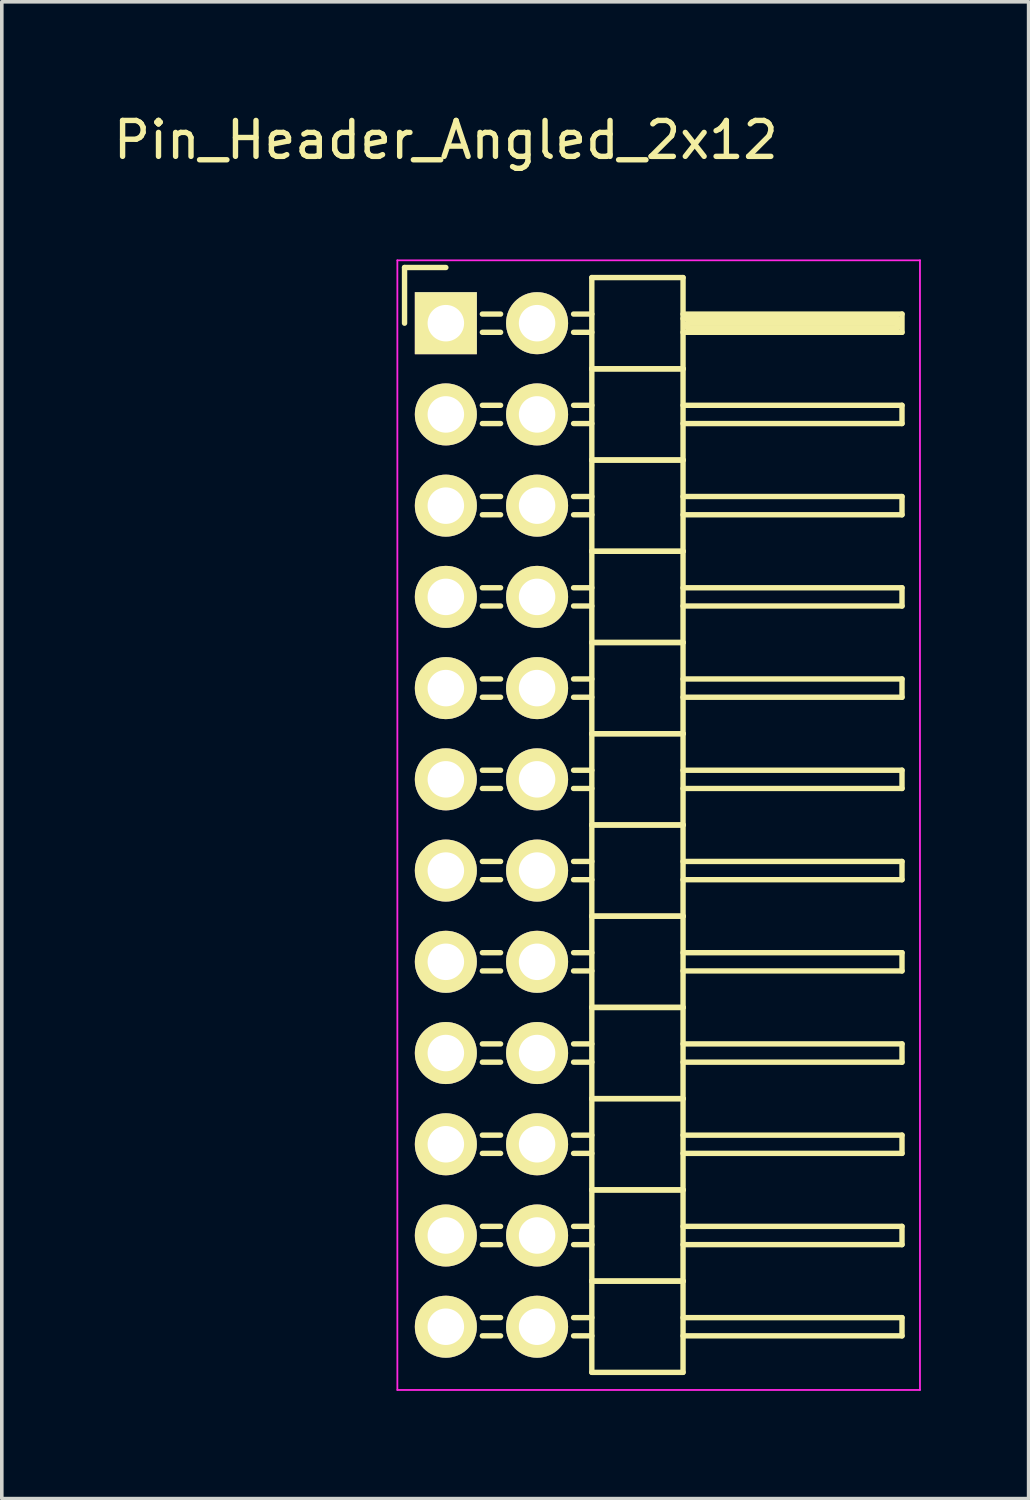
<source format=kicad_pcb>
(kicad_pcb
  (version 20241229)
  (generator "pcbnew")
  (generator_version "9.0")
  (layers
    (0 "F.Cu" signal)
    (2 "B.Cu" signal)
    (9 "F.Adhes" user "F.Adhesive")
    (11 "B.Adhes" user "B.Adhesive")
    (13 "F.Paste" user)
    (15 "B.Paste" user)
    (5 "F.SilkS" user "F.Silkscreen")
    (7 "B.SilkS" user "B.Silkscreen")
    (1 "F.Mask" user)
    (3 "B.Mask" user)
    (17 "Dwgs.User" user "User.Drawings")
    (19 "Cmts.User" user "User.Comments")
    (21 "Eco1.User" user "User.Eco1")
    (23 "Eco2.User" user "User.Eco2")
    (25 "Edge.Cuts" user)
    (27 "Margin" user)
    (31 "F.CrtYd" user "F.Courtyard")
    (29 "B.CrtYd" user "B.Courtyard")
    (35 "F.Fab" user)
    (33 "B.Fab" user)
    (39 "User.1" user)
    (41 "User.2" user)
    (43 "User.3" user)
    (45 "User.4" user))
  (footprint "Pin_Header_Angled_2x12"
    (layer "F.Cu")
    (at 9.363 5.948)
    (property "Reference" "Pin_Header_Angled_2x12" (at 0 -5.1 0) (layer "F.SilkS") (effects (font (size 1 1) (thickness 0.15))))
    (attr through_hole)
    (fp_line (start -1.15 -1.55) (end -1.15 0) (stroke (width 0.15) (type solid)) (layer "F.SilkS"))
    (fp_line (start 0 -1.55) (end -1.15 -1.55) (stroke (width 0.15) (type solid)) (layer "F.SilkS"))
    (fp_line (start 1.524 -0.254) (end 1.016 -0.254) (stroke (width 0.15) (type solid)) (layer "F.SilkS"))
    (fp_line (start 1.524 0.254) (end 1.016 0.254) (stroke (width 0.15) (type solid)) (layer "F.SilkS"))
    (fp_line (start 1.524 2.286) (end 1.016 2.286) (stroke (width 0.15) (type solid)) (layer "F.SilkS"))
    (fp_line (start 1.524 2.794) (end 1.016 2.794) (stroke (width 0.15) (type solid)) (layer "F.SilkS"))
    (fp_line (start 1.524 4.826) (end 1.016 4.826) (stroke (width 0.15) (type solid)) (layer "F.SilkS"))
    (fp_line (start 1.524 5.334) (end 1.016 5.334) (stroke (width 0.15) (type solid)) (layer "F.SilkS"))
    (fp_line (start 1.524 7.366) (end 1.016 7.366) (stroke (width 0.15) (type solid)) (layer "F.SilkS"))
    (fp_line (start 1.524 7.874) (end 1.016 7.874) (stroke (width 0.15) (type solid)) (layer "F.SilkS"))
    (fp_line (start 1.524 9.906) (end 1.016 9.906) (stroke (width 0.15) (type solid)) (layer "F.SilkS"))
    (fp_line (start 1.524 10.414) (end 1.016 10.414) (stroke (width 0.15) (type solid)) (layer "F.SilkS"))
    (fp_line (start 1.524 12.446) (end 1.016 12.446) (stroke (width 0.15) (type solid)) (layer "F.SilkS"))
    (fp_line (start 1.524 12.954) (end 1.016 12.954) (stroke (width 0.15) (type solid)) (layer "F.SilkS"))
    (fp_line (start 1.524 14.986) (end 1.016 14.986) (stroke (width 0.15) (type solid)) (layer "F.SilkS"))
    (fp_line (start 1.524 15.494) (end 1.016 15.494) (stroke (width 0.15) (type solid)) (layer "F.SilkS"))
    (fp_line (start 1.524 17.526) (end 1.016 17.526) (stroke (width 0.15) (type solid)) (layer "F.SilkS"))
    (fp_line (start 1.524 18.034) (end 1.016 18.034) (stroke (width 0.15) (type solid)) (layer "F.SilkS"))
    (fp_line (start 1.524 20.066) (end 1.016 20.066) (stroke (width 0.15) (type solid)) (layer "F.SilkS"))
    (fp_line (start 1.524 20.574) (end 1.016 20.574) (stroke (width 0.15) (type solid)) (layer "F.SilkS"))
    (fp_line (start 1.524 22.606) (end 1.016 22.606) (stroke (width 0.15) (type solid)) (layer "F.SilkS"))
    (fp_line (start 1.524 23.114) (end 1.016 23.114) (stroke (width 0.15) (type solid)) (layer "F.SilkS"))
    (fp_line (start 1.524 25.146) (end 1.016 25.146) (stroke (width 0.15) (type solid)) (layer "F.SilkS"))
    (fp_line (start 1.524 25.654) (end 1.016 25.654) (stroke (width 0.15) (type solid)) (layer "F.SilkS"))
    (fp_line (start 1.524 27.686) (end 1.016 27.686) (stroke (width 0.15) (type solid)) (layer "F.SilkS"))
    (fp_line (start 1.524 28.194) (end 1.016 28.194) (stroke (width 0.15) (type solid)) (layer "F.SilkS"))
    (fp_line (start 4.064 -1.27) (end 4.064 1.27) (stroke (width 0.15) (type solid)) (layer "F.SilkS"))
    (fp_line (start 4.064 -1.27) (end 6.604 -1.27) (stroke (width 0.15) (type solid)) (layer "F.SilkS"))
    (fp_line (start 4.064 -0.254) (end 3.556 -0.254) (stroke (width 0.15) (type solid)) (layer "F.SilkS"))
    (fp_line (start 4.064 0.254) (end 3.556 0.254) (stroke (width 0.15) (type solid)) (layer "F.SilkS"))
    (fp_line (start 4.064 1.27) (end 4.064 3.81) (stroke (width 0.15) (type solid)) (layer "F.SilkS"))
    (fp_line (start 4.064 1.27) (end 6.604 1.27) (stroke (width 0.15) (type solid)) (layer "F.SilkS"))
    (fp_line (start 4.064 1.27) (end 6.604 1.27) (stroke (width 0.15) (type solid)) (layer "F.SilkS"))
    (fp_line (start 4.064 2.286) (end 3.556 2.286) (stroke (width 0.15) (type solid)) (layer "F.SilkS"))
    (fp_line (start 4.064 2.794) (end 3.556 2.794) (stroke (width 0.15) (type solid)) (layer "F.SilkS"))
    (fp_line (start 4.064 3.81) (end 4.064 6.35) (stroke (width 0.15) (type solid)) (layer "F.SilkS"))
    (fp_line (start 4.064 3.81) (end 6.604 3.81) (stroke (width 0.15) (type solid)) (layer "F.SilkS"))
    (fp_line (start 4.064 3.81) (end 6.604 3.81) (stroke (width 0.15) (type solid)) (layer "F.SilkS"))
    (fp_line (start 4.064 4.826) (end 3.556 4.826) (stroke (width 0.15) (type solid)) (layer "F.SilkS"))
    (fp_line (start 4.064 5.334) (end 3.556 5.334) (stroke (width 0.15) (type solid)) (layer "F.SilkS"))
    (fp_line (start 4.064 6.35) (end 4.064 8.89) (stroke (width 0.15) (type solid)) (layer "F.SilkS"))
    (fp_line (start 4.064 6.35) (end 6.604 6.35) (stroke (width 0.15) (type solid)) (layer "F.SilkS"))
    (fp_line (start 4.064 6.35) (end 6.604 6.35) (stroke (width 0.15) (type solid)) (layer "F.SilkS"))
    (fp_line (start 4.064 7.366) (end 3.556 7.366) (stroke (width 0.15) (type solid)) (layer "F.SilkS"))
    (fp_line (start 4.064 7.874) (end 3.556 7.874) (stroke (width 0.15) (type solid)) (layer "F.SilkS"))
    (fp_line (start 4.064 8.89) (end 4.064 11.43) (stroke (width 0.15) (type solid)) (layer "F.SilkS"))
    (fp_line (start 4.064 8.89) (end 6.604 8.89) (stroke (width 0.15) (type solid)) (layer "F.SilkS"))
    (fp_line (start 4.064 8.89) (end 6.604 8.89) (stroke (width 0.15) (type solid)) (layer "F.SilkS"))
    (fp_line (start 4.064 9.906) (end 3.556 9.906) (stroke (width 0.15) (type solid)) (layer "F.SilkS"))
    (fp_line (start 4.064 10.414) (end 3.556 10.414) (stroke (width 0.15) (type solid)) (layer "F.SilkS"))
    (fp_line (start 4.064 11.43) (end 4.064 13.97) (stroke (width 0.15) (type solid)) (layer "F.SilkS"))
    (fp_line (start 4.064 11.43) (end 6.604 11.43) (stroke (width 0.15) (type solid)) (layer "F.SilkS"))
    (fp_line (start 4.064 11.43) (end 6.604 11.43) (stroke (width 0.15) (type solid)) (layer "F.SilkS"))
    (fp_line (start 4.064 12.446) (end 3.556 12.446) (stroke (width 0.15) (type solid)) (layer "F.SilkS"))
    (fp_line (start 4.064 12.954) (end 3.556 12.954) (stroke (width 0.15) (type solid)) (layer "F.SilkS"))
    (fp_line (start 4.064 13.97) (end 4.064 16.51) (stroke (width 0.15) (type solid)) (layer "F.SilkS"))
    (fp_line (start 4.064 13.97) (end 6.604 13.97) (stroke (width 0.15) (type solid)) (layer "F.SilkS"))
    (fp_line (start 4.064 13.97) (end 6.604 13.97) (stroke (width 0.15) (type solid)) (layer "F.SilkS"))
    (fp_line (start 4.064 14.986) (end 3.556 14.986) (stroke (width 0.15) (type solid)) (layer "F.SilkS"))
    (fp_line (start 4.064 15.494) (end 3.556 15.494) (stroke (width 0.15) (type solid)) (layer "F.SilkS"))
    (fp_line (start 4.064 16.51) (end 4.064 19.05) (stroke (width 0.15) (type solid)) (layer "F.SilkS"))
    (fp_line (start 4.064 16.51) (end 6.604 16.51) (stroke (width 0.15) (type solid)) (layer "F.SilkS"))
    (fp_line (start 4.064 16.51) (end 6.604 16.51) (stroke (width 0.15) (type solid)) (layer "F.SilkS"))
    (fp_line (start 4.064 17.526) (end 3.556 17.526) (stroke (width 0.15) (type solid)) (layer "F.SilkS"))
    (fp_line (start 4.064 18.034) (end 3.556 18.034) (stroke (width 0.15) (type solid)) (layer "F.SilkS"))
    (fp_line (start 4.064 19.05) (end 4.064 21.59) (stroke (width 0.15) (type solid)) (layer "F.SilkS"))
    (fp_line (start 4.064 19.05) (end 6.604 19.05) (stroke (width 0.15) (type solid)) (layer "F.SilkS"))
    (fp_line (start 4.064 19.05) (end 6.604 19.05) (stroke (width 0.15) (type solid)) (layer "F.SilkS"))
    (fp_line (start 4.064 20.066) (end 3.556 20.066) (stroke (width 0.15) (type solid)) (layer "F.SilkS"))
    (fp_line (start 4.064 20.574) (end 3.556 20.574) (stroke (width 0.15) (type solid)) (layer "F.SilkS"))
    (fp_line (start 4.064 21.59) (end 4.064 24.13) (stroke (width 0.15) (type solid)) (layer "F.SilkS"))
    (fp_line (start 4.064 21.59) (end 6.604 21.59) (stroke (width 0.15) (type solid)) (layer "F.SilkS"))
    (fp_line (start 4.064 21.59) (end 6.604 21.59) (stroke (width 0.15) (type solid)) (layer "F.SilkS"))
    (fp_line (start 4.064 22.606) (end 3.556 22.606) (stroke (width 0.15) (type solid)) (layer "F.SilkS"))
    (fp_line (start 4.064 23.114) (end 3.556 23.114) (stroke (width 0.15) (type solid)) (layer "F.SilkS"))
    (fp_line (start 4.064 24.13) (end 4.064 26.67) (stroke (width 0.15) (type solid)) (layer "F.SilkS"))
    (fp_line (start 4.064 24.13) (end 6.604 24.13) (stroke (width 0.15) (type solid)) (layer "F.SilkS"))
    (fp_line (start 4.064 24.13) (end 6.604 24.13) (stroke (width 0.15) (type solid)) (layer "F.SilkS"))
    (fp_line (start 4.064 25.146) (end 3.556 25.146) (stroke (width 0.15) (type solid)) (layer "F.SilkS"))
    (fp_line (start 4.064 25.654) (end 3.556 25.654) (stroke (width 0.15) (type solid)) (layer "F.SilkS"))
    (fp_line (start 4.064 26.67) (end 4.064 29.21) (stroke (width 0.15) (type solid)) (layer "F.SilkS"))
    (fp_line (start 4.064 26.67) (end 6.604 26.67) (stroke (width 0.15) (type solid)) (layer "F.SilkS"))
    (fp_line (start 4.064 26.67) (end 6.604 26.67) (stroke (width 0.15) (type solid)) (layer "F.SilkS"))
    (fp_line (start 4.064 27.686) (end 3.556 27.686) (stroke (width 0.15) (type solid)) (layer "F.SilkS"))
    (fp_line (start 4.064 28.194) (end 3.556 28.194) (stroke (width 0.15) (type solid)) (layer "F.SilkS"))
    (fp_line (start 4.064 29.21) (end 6.604 29.21) (stroke (width 0.15) (type solid)) (layer "F.SilkS"))
    (fp_line (start 6.604 -0.254) (end 12.7 -0.254) (stroke (width 0.15) (type solid)) (layer "F.SilkS"))
    (fp_line (start 6.604 -0.127) (end 12.573 -0.127) (stroke (width 0.15) (type solid)) (layer "F.SilkS"))
    (fp_line (start 6.604 1.27) (end 6.604 -1.27) (stroke (width 0.15) (type solid)) (layer "F.SilkS"))
    (fp_line (start 6.604 2.286) (end 12.7 2.286) (stroke (width 0.15) (type solid)) (layer "F.SilkS"))
    (fp_line (start 6.604 3.81) (end 6.604 1.27) (stroke (width 0.15) (type solid)) (layer "F.SilkS"))
    (fp_line (start 6.604 4.826) (end 12.7 4.826) (stroke (width 0.15) (type solid)) (layer "F.SilkS"))
    (fp_line (start 6.604 6.35) (end 6.604 3.81) (stroke (width 0.15) (type solid)) (layer "F.SilkS"))
    (fp_line (start 6.604 7.366) (end 12.7 7.366) (stroke (width 0.15) (type solid)) (layer "F.SilkS"))
    (fp_line (start 6.604 8.89) (end 6.604 6.35) (stroke (width 0.15) (type solid)) (layer "F.SilkS"))
    (fp_line (start 6.604 9.906) (end 12.7 9.906) (stroke (width 0.15) (type solid)) (layer "F.SilkS"))
    (fp_line (start 6.604 11.43) (end 6.604 8.89) (stroke (width 0.15) (type solid)) (layer "F.SilkS"))
    (fp_line (start 6.604 12.446) (end 12.7 12.446) (stroke (width 0.15) (type solid)) (layer "F.SilkS"))
    (fp_line (start 6.604 13.97) (end 6.604 11.43) (stroke (width 0.15) (type solid)) (layer "F.SilkS"))
    (fp_line (start 6.604 14.986) (end 12.7 14.986) (stroke (width 0.15) (type solid)) (layer "F.SilkS"))
    (fp_line (start 6.604 16.51) (end 6.604 13.97) (stroke (width 0.15) (type solid)) (layer "F.SilkS"))
    (fp_line (start 6.604 17.526) (end 12.7 17.526) (stroke (width 0.15) (type solid)) (layer "F.SilkS"))
    (fp_line (start 6.604 19.05) (end 6.604 16.51) (stroke (width 0.15) (type solid)) (layer "F.SilkS"))
    (fp_line (start 6.604 20.066) (end 12.7 20.066) (stroke (width 0.15) (type solid)) (layer "F.SilkS"))
    (fp_line (start 6.604 21.59) (end 6.604 19.05) (stroke (width 0.15) (type solid)) (layer "F.SilkS"))
    (fp_line (start 6.604 22.606) (end 12.7 22.606) (stroke (width 0.15) (type solid)) (layer "F.SilkS"))
    (fp_line (start 6.604 24.13) (end 6.604 21.59) (stroke (width 0.15) (type solid)) (layer "F.SilkS"))
    (fp_line (start 6.604 25.146) (end 12.7 25.146) (stroke (width 0.15) (type solid)) (layer "F.SilkS"))
    (fp_line (start 6.604 26.67) (end 6.604 24.13) (stroke (width 0.15) (type solid)) (layer "F.SilkS"))
    (fp_line (start 6.604 27.686) (end 12.7 27.686) (stroke (width 0.15) (type solid)) (layer "F.SilkS"))
    (fp_line (start 6.604 29.21) (end 6.604 26.67) (stroke (width 0.15) (type solid)) (layer "F.SilkS"))
    (fp_line (start 6.731 0) (end 12.573 0) (stroke (width 0.15) (type solid)) (layer "F.SilkS"))
    (fp_line (start 6.731 0.127) (end 6.731 0) (stroke (width 0.15) (type solid)) (layer "F.SilkS"))
    (fp_line (start 12.573 -0.127) (end 12.573 0.127) (stroke (width 0.15) (type solid)) (layer "F.SilkS"))
    (fp_line (start 12.573 0.127) (end 6.731 0.127) (stroke (width 0.15) (type solid)) (layer "F.SilkS"))
    (fp_line (start 12.7 -0.254) (end 12.7 0.254) (stroke (width 0.15) (type solid)) (layer "F.SilkS"))
    (fp_line (start 12.7 0.254) (end 6.604 0.254) (stroke (width 0.15) (type solid)) (layer "F.SilkS"))
    (fp_line (start 12.7 2.286) (end 12.7 2.794) (stroke (width 0.15) (type solid)) (layer "F.SilkS"))
    (fp_line (start 12.7 2.794) (end 6.604 2.794) (stroke (width 0.15) (type solid)) (layer "F.SilkS"))
    (fp_line (start 12.7 4.826) (end 12.7 5.334) (stroke (width 0.15) (type solid)) (layer "F.SilkS"))
    (fp_line (start 12.7 5.334) (end 6.604 5.334) (stroke (width 0.15) (type solid)) (layer "F.SilkS"))
    (fp_line (start 12.7 7.366) (end 12.7 7.874) (stroke (width 0.15) (type solid)) (layer "F.SilkS"))
    (fp_line (start 12.7 7.874) (end 6.604 7.874) (stroke (width 0.15) (type solid)) (layer "F.SilkS"))
    (fp_line (start 12.7 9.906) (end 12.7 10.414) (stroke (width 0.15) (type solid)) (layer "F.SilkS"))
    (fp_line (start 12.7 10.414) (end 6.604 10.414) (stroke (width 0.15) (type solid)) (layer "F.SilkS"))
    (fp_line (start 12.7 12.446) (end 12.7 12.954) (stroke (width 0.15) (type solid)) (layer "F.SilkS"))
    (fp_line (start 12.7 12.954) (end 6.604 12.954) (stroke (width 0.15) (type solid)) (layer "F.SilkS"))
    (fp_line (start 12.7 14.986) (end 12.7 15.494) (stroke (width 0.15) (type solid)) (layer "F.SilkS"))
    (fp_line (start 12.7 15.494) (end 6.604 15.494) (stroke (width 0.15) (type solid)) (layer "F.SilkS"))
    (fp_line (start 12.7 17.526) (end 12.7 18.034) (stroke (width 0.15) (type solid)) (layer "F.SilkS"))
    (fp_line (start 12.7 18.034) (end 6.604 18.034) (stroke (width 0.15) (type solid)) (layer "F.SilkS"))
    (fp_line (start 12.7 20.066) (end 12.7 20.574) (stroke (width 0.15) (type solid)) (layer "F.SilkS"))
    (fp_line (start 12.7 20.574) (end 6.604 20.574) (stroke (width 0.15) (type solid)) (layer "F.SilkS"))
    (fp_line (start 12.7 22.606) (end 12.7 23.114) (stroke (width 0.15) (type solid)) (layer "F.SilkS"))
    (fp_line (start 12.7 23.114) (end 6.604 23.114) (stroke (width 0.15) (type solid)) (layer "F.SilkS"))
    (fp_line (start 12.7 25.146) (end 12.7 25.654) (stroke (width 0.15) (type solid)) (layer "F.SilkS"))
    (fp_line (start 12.7 25.654) (end 6.604 25.654) (stroke (width 0.15) (type solid)) (layer "F.SilkS"))
    (fp_line (start 12.7 27.686) (end 12.7 28.194) (stroke (width 0.15) (type solid)) (layer "F.SilkS"))
    (fp_line (start 12.7 28.194) (end 6.604 28.194) (stroke (width 0.15) (type solid)) (layer "F.SilkS"))
    (fp_line (start -1.35 -1.75) (end -1.35 29.7) (stroke (width 0.05) (type solid)) (layer "F.CrtYd"))
    (fp_line (start -1.35 -1.75) (end 13.2 -1.75) (stroke (width 0.05) (type solid)) (layer "F.CrtYd"))
    (fp_line (start -1.35 29.7) (end 13.2 29.7) (stroke (width 0.05) (type solid)) (layer "F.CrtYd"))
    (fp_line (start 13.2 -1.75) (end 13.2 29.7) (stroke (width 0.05) (type solid)) (layer "F.CrtYd"))
    (pad "1" thru_hole rect (at 0 0) (size 1.727 1.727) (drill 1.016) (layers "*.Cu" "*.Mask" "F.SilkS"))
    (pad "2" thru_hole oval (at 2.54 0) (size 1.727 1.727) (drill 1.016) (layers "*.Cu" "*.Mask" "F.SilkS"))
    (pad "3" thru_hole oval (at 0 2.54) (size 1.727 1.727) (drill 1.016) (layers "*.Cu" "*.Mask" "F.SilkS"))
    (pad "4" thru_hole oval (at 2.54 2.54) (size 1.727 1.727) (drill 1.016) (layers "*.Cu" "*.Mask" "F.SilkS"))
    (pad "5" thru_hole oval (at 0 5.08) (size 1.727 1.727) (drill 1.016) (layers "*.Cu" "*.Mask" "F.SilkS"))
    (pad "6" thru_hole oval (at 2.54 5.08) (size 1.727 1.727) (drill 1.016) (layers "*.Cu" "*.Mask" "F.SilkS"))
    (pad "7" thru_hole oval (at 0 7.62) (size 1.727 1.727) (drill 1.016) (layers "*.Cu" "*.Mask" "F.SilkS"))
    (pad "8" thru_hole oval (at 2.54 7.62) (size 1.727 1.727) (drill 1.016) (layers "*.Cu" "*.Mask" "F.SilkS"))
    (pad "9" thru_hole oval (at 0 10.16) (size 1.727 1.727) (drill 1.016) (layers "*.Cu" "*.Mask" "F.SilkS"))
    (pad "10" thru_hole oval (at 2.54 10.16) (size 1.727 1.727) (drill 1.016) (layers "*.Cu" "*.Mask" "F.SilkS"))
    (pad "11" thru_hole oval (at 0 12.7) (size 1.727 1.727) (drill 1.016) (layers "*.Cu" "*.Mask" "F.SilkS"))
    (pad "12" thru_hole oval (at 2.54 12.7) (size 1.727 1.727) (drill 1.016) (layers "*.Cu" "*.Mask" "F.SilkS"))
    (pad "13" thru_hole oval (at 0 15.24) (size 1.727 1.727) (drill 1.016) (layers "*.Cu" "*.Mask" "F.SilkS"))
    (pad "14" thru_hole oval (at 2.54 15.24) (size 1.727 1.727) (drill 1.016) (layers "*.Cu" "*.Mask" "F.SilkS"))
    (pad "15" thru_hole oval (at 0 17.78) (size 1.727 1.727) (drill 1.016) (layers "*.Cu" "*.Mask" "F.SilkS"))
    (pad "16" thru_hole oval (at 2.54 17.78) (size 1.727 1.727) (drill 1.016) (layers "*.Cu" "*.Mask" "F.SilkS"))
    (pad "17" thru_hole oval (at 0 20.32) (size 1.727 1.727) (drill 1.016) (layers "*.Cu" "*.Mask" "F.SilkS"))
    (pad "18" thru_hole oval (at 2.54 20.32) (size 1.727 1.727) (drill 1.016) (layers "*.Cu" "*.Mask" "F.SilkS"))
    (pad "19" thru_hole oval (at 0 22.86) (size 1.727 1.727) (drill 1.016) (layers "*.Cu" "*.Mask" "F.SilkS"))
    (pad "20" thru_hole oval (at 2.54 22.86) (size 1.727 1.727) (drill 1.016) (layers "*.Cu" "*.Mask" "F.SilkS"))
    (pad "21" thru_hole oval (at 0 25.4) (size 1.727 1.727) (drill 1.016) (layers "*.Cu" "*.Mask" "F.SilkS"))
    (pad "22" thru_hole oval (at 2.54 25.4) (size 1.727 1.727) (drill 1.016) (layers "*.Cu" "*.Mask" "F.SilkS"))
    (pad "23" thru_hole oval (at 0 27.94) (size 1.727 1.727) (drill 1.016) (layers "*.Cu" "*.Mask" "F.SilkS"))
    (pad "24" thru_hole oval (at 2.54 27.94) (size 1.727 1.727) (drill 1.016) (layers "*.Cu" "*.Mask" "F.SilkS")))
  (gr_rect
    (start -3 -3)
    (end 25.588 38.673)
    (stroke (width 0.1) (type default))
    (fill no)
    (layer "Edge.Cuts")))
</source>
